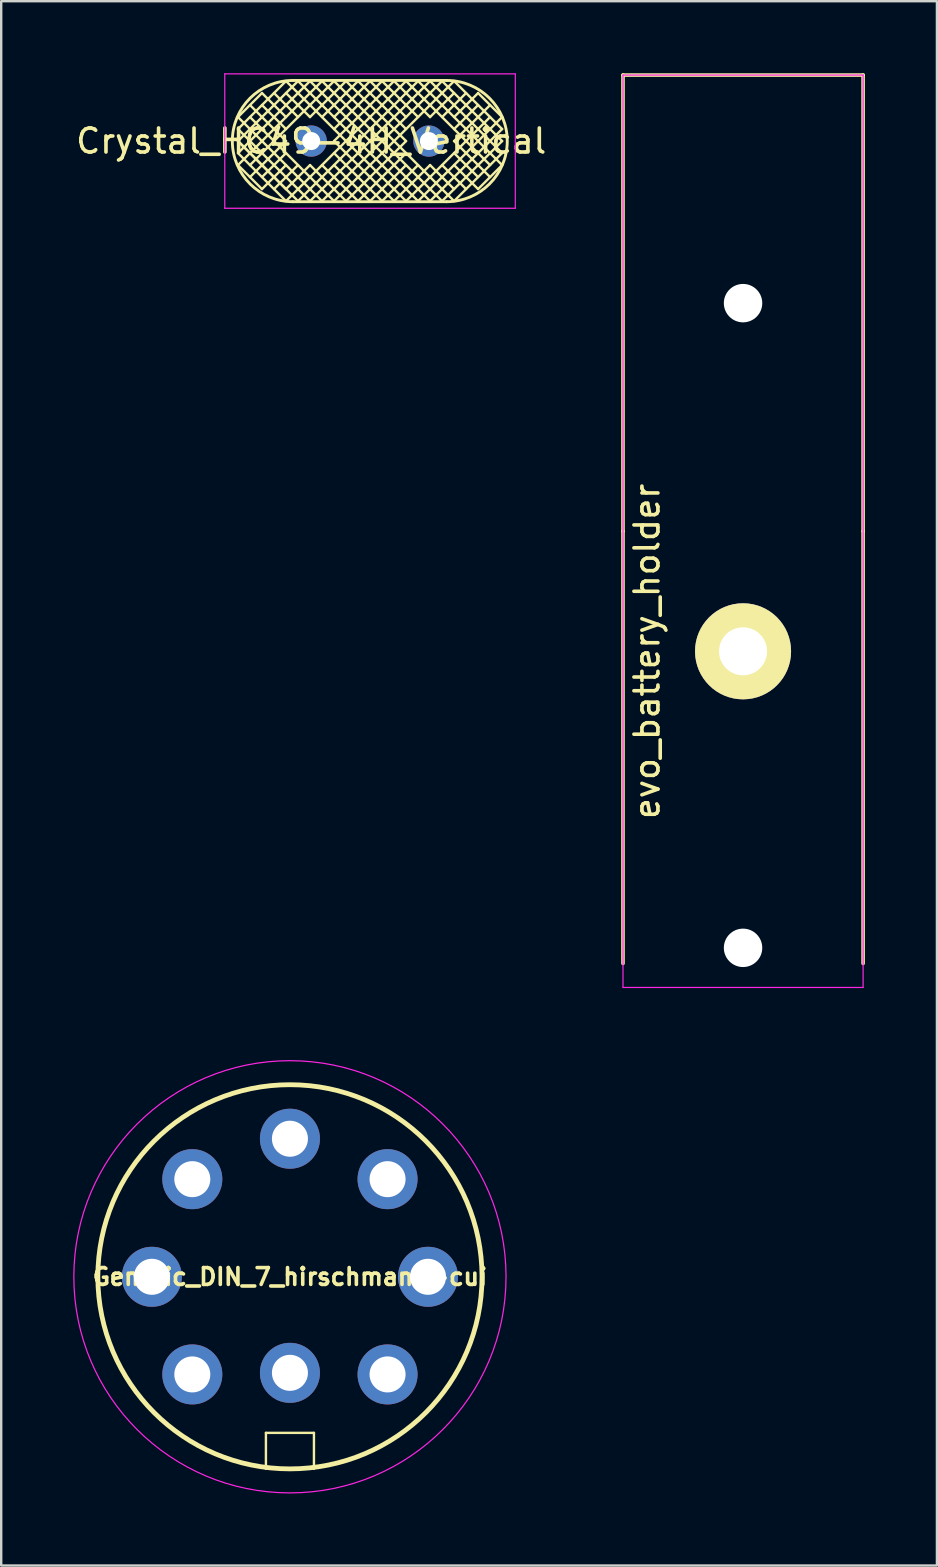
<source format=kicad_pcb>
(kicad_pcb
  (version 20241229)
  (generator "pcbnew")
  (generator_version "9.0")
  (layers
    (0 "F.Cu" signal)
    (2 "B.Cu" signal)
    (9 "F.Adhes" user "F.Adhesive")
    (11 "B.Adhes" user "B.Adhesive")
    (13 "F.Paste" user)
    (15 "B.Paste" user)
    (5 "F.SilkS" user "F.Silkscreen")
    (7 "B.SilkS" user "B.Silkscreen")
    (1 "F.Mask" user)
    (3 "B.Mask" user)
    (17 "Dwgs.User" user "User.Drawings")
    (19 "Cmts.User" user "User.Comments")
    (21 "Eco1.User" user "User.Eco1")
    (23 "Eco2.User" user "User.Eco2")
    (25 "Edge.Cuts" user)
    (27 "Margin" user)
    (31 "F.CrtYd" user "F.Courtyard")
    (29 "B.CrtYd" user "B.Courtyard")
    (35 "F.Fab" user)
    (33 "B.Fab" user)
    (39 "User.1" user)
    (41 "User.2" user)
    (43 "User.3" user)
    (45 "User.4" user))
  (footprint "evo_battery_holder"
    (layer "F.Cu")
    (at 27.896 24.075)
    (property "Reference" "evo_battery_holder" (at -4 0 90) (layer "F.SilkS") (effects (font (size 1 1) (thickness 0.15))))
    (attr through_hole)
    (fp_line (start -5 -24) (end 5 -24) (stroke (width 0.15) (type solid)) (layer "F.SilkS"))
    (fp_line (start -5 -5) (end -5 -24) (stroke (width 0.15) (type solid)) (layer "F.SilkS"))
    (fp_line (start -5 -5) (end -5 13) (stroke (width 0.15) (type solid)) (layer "F.SilkS"))
    (fp_line (start 5 -24) (end 5 -5) (stroke (width 0.15) (type solid)) (layer "F.SilkS"))
    (fp_line (start 5 -5) (end 5 13) (stroke (width 0.15) (type solid)) (layer "F.SilkS"))
    (fp_line (start -5 -24) (end -5 14) (stroke (width 0.05) (type solid)) (layer "F.CrtYd"))
    (fp_line (start -5 -24) (end 5 -24) (stroke (width 0.05) (type solid)) (layer "F.CrtYd"))
    (fp_line (start -5 14) (end 5 14) (stroke (width 0.05) (type solid)) (layer "F.CrtYd"))
    (fp_line (start 5 -24) (end 5 14) (stroke (width 0.05) (type solid)) (layer "F.CrtYd"))
    (pad "" np_thru_hole circle (at 0 -14.5) (size 1.6 1.6) (drill 1.6) (layers "*.Cu" "*.Mask"))
    (pad "" np_thru_hole circle (at 0 12.35) (size 1.6 1.6) (drill 1.6) (layers "*.Cu" "*.Mask"))
    (pad "1" thru_hole circle (at 0 0) (size 4 4) (drill 2) (layers "*.Cu" "*.Mask" "F.SilkS")))
  (footprint "Generic_DIN_7_hirschmann-cui"
    (layer "F.Cu")
    (at 9.025 50.125)
    (property "Reference" "Generic_DIN_7_hirschmann-cui" (at 0 0 0) (layer "F.SilkS") (effects (font (size 0.7 0.7) (thickness 0.15))))
    (attr through_hole)
    (fp_line (start -1 6.5) (end 1 6.5) (stroke (width 0.1) (type solid)) (layer "F.SilkS"))
    (fp_line (start -1 8) (end -1 6.5) (stroke (width 0.1) (type solid)) (layer "F.SilkS"))
    (fp_line (start 1 6.5) (end 1 8) (stroke (width 0.1) (type solid)) (layer "F.SilkS"))
    (fp_circle (center 0 0) (end 8 0) (stroke (width 0.2) (type solid)) (fill no) (layer "F.SilkS"))
    (fp_circle (center 0 0) (end -9 0) (stroke (width 0.05) (type solid)) (fill no) (layer "F.CrtYd"))
    (pad "1" thru_hole circle (at -5.75 0) (size 2.5 2.5) (drill 1.5) (layers "*.Cu" "*.Mask"))
    (pad "2" thru_hole circle (at 0 -5.75 270) (size 2.5 2.5) (drill 1.5) (layers "*.Cu" "*.Mask"))
    (pad "3" thru_hole circle (at 5.75 0 180) (size 2.5 2.5) (drill 1.5) (layers "*.Cu" "*.Mask"))
    (pad "4" thru_hole circle (at -4.066 -4.066 315) (size 2.5 2.5) (drill 1.5) (layers "*.Cu" "*.Mask"))
    (pad "5" thru_hole circle (at 4.066 -4.066 225) (size 2.5 2.5) (drill 1.5) (layers "*.Cu" "*.Mask"))
    (pad "6" thru_hole circle (at -4.066 4.066 45) (size 2.5 2.5) (drill 1.5) (layers "*.Cu" "*.Mask"))
    (pad "7" thru_hole circle (at 4.066 4.066 135) (size 2.5 2.5) (drill 1.5) (layers "*.Cu" "*.Mask"))
    (pad "8" thru_hole circle (at 0 4) (size 2.5 2.5) (drill 1.5) (layers "*.Cu" "*.Mask")))
  (footprint "Crystal_HC49-4H_Vertical"
    (layer "F.Cu")
    (at 9.911 2.825)
    (property "Reference" "Crystal_HC49-4H_Vertical" (at 0 0 0) (layer "F.SilkS") (effects (font (size 1 1) (thickness 0.15))))
    (attr through_hole)
    (fp_line (start -3.05 -1) (end -2.05 -2) (stroke (width 0.1) (type solid)) (layer "F.SilkS"))
    (fp_line (start -3.05 0) (end -0.55 -2.5) (stroke (width 0.1) (type solid)) (layer "F.SilkS"))
    (fp_line (start -3.05 0.5) (end -1.05 2.5) (stroke (width 0.1) (type solid)) (layer "F.SilkS"))
    (fp_line (start -3.05 1) (end -2.05 2) (stroke (width 0.1) (type solid)) (layer "F.SilkS"))
    (fp_line (start -2.55 -1.5) (end -1.05 0) (stroke (width 0.1) (type solid)) (layer "F.SilkS"))
    (fp_line (start -2.05 -2) (end -1.05 -1) (stroke (width 0.1) (type solid)) (layer "F.SilkS"))
    (fp_line (start -2.05 2) (end -1.05 1) (stroke (width 0.1) (type solid)) (layer "F.SilkS"))
    (fp_line (start -1.05 -2.5) (end -3.05 -0.5) (stroke (width 0.1) (type solid)) (layer "F.SilkS"))
    (fp_line (start -1.05 -2.5) (end 3.95 2.5) (stroke (width 0.1) (type solid)) (layer "F.SilkS"))
    (fp_line (start -1.05 -0.5) (end -2.05 -1.5) (stroke (width 0.1) (type solid)) (layer "F.SilkS"))
    (fp_line (start -1.05 0) (end -2.55 1.5) (stroke (width 0.1) (type solid)) (layer "F.SilkS"))
    (fp_line (start -1.05 0.5) (end -2.05 1.5) (stroke (width 0.1) (type solid)) (layer "F.SilkS"))
    (fp_line (start -1.05 2) (end -3.05 0) (stroke (width 0.1) (type solid)) (layer "F.SilkS"))
    (fp_line (start -0.76 -2.525) (end 5.64 -2.525) (stroke (width 0.12) (type solid)) (layer "F.SilkS"))
    (fp_line (start -0.76 2.525) (end 5.64 2.525) (stroke (width 0.12) (type solid)) (layer "F.SilkS"))
    (fp_line (start -0.55 -2.5) (end 4.45 2.5) (stroke (width 0.1) (type solid)) (layer "F.SilkS"))
    (fp_line (start -0.55 -1) (end -1.55 -2) (stroke (width 0.1) (type solid)) (layer "F.SilkS"))
    (fp_line (start -0.55 1) (end -1.55 2) (stroke (width 0.1) (type solid)) (layer "F.SilkS"))
    (fp_line (start -0.55 2.5) (end -3.05 0) (stroke (width 0.1) (type solid)) (layer "F.SilkS"))
    (fp_line (start -0.05 -2.5) (end -3.05 0.5) (stroke (width 0.1) (type solid)) (layer "F.SilkS"))
    (fp_line (start -0.05 -2.5) (end 4.95 2.5) (stroke (width 0.1) (type solid)) (layer "F.SilkS"))
    (fp_line (start -0.05 -1) (end -1.05 -2) (stroke (width 0.1) (type solid)) (layer "F.SilkS"))
    (fp_line (start -0.05 1) (end -1.05 2) (stroke (width 0.1) (type solid)) (layer "F.SilkS"))
    (fp_line (start -0.05 2.5) (end -3.05 -0.5) (stroke (width 0.1) (type solid)) (layer "F.SilkS"))
    (fp_line (start -0.05 2.5) (end 4.95 -2.5) (stroke (width 0.1) (type solid)) (layer "F.SilkS"))
    (fp_line (start 0.45 -2.5) (end -3.05 1) (stroke (width 0.1) (type solid)) (layer "F.SilkS"))
    (fp_line (start 0.45 -2.5) (end 5.45 2.5) (stroke (width 0.1) (type solid)) (layer "F.SilkS"))
    (fp_line (start 0.45 2.5) (end -3.05 -1) (stroke (width 0.1) (type solid)) (layer "F.SilkS"))
    (fp_line (start 0.45 2.5) (end 5.45 -2.5) (stroke (width 0.1) (type solid)) (layer "F.SilkS"))
    (fp_line (start 0.95 -2.5) (end -2.55 1) (stroke (width 0.1) (type solid)) (layer "F.SilkS"))
    (fp_line (start 0.95 -2.5) (end 5.95 2.5) (stroke (width 0.1) (type solid)) (layer "F.SilkS"))
    (fp_line (start 0.95 2.5) (end -2.55 -1) (stroke (width 0.1) (type solid)) (layer "F.SilkS"))
    (fp_line (start 0.95 2.5) (end 5.95 -2.5) (stroke (width 0.1) (type solid)) (layer "F.SilkS"))
    (fp_line (start 1.45 -2.5) (end -0.05 -1) (stroke (width 0.1) (type solid)) (layer "F.SilkS"))
    (fp_line (start 1.45 -2.5) (end 3.95 0) (stroke (width 0.1) (type solid)) (layer "F.SilkS"))
    (fp_line (start 1.45 2.5) (end -0.05 1) (stroke (width 0.1) (type solid)) (layer "F.SilkS"))
    (fp_line (start 1.45 2.5) (end 3.95 0) (stroke (width 0.1) (type solid)) (layer "F.SilkS"))
    (fp_line (start 1.95 -2.5) (end 0.45 -1) (stroke (width 0.1) (type solid)) (layer "F.SilkS"))
    (fp_line (start 1.95 -2.5) (end 3.95 -0.5) (stroke (width 0.1) (type solid)) (layer "F.SilkS"))
    (fp_line (start 1.95 2.5) (end 0.45 1) (stroke (width 0.1) (type solid)) (layer "F.SilkS"))
    (fp_line (start 1.95 2.5) (end 3.95 0.5) (stroke (width 0.1) (type solid)) (layer "F.SilkS"))
    (fp_line (start 2.45 -2.5) (end 0.95 -1) (stroke (width 0.1) (type solid)) (layer "F.SilkS"))
    (fp_line (start 2.45 -2.5) (end 3.95 -1) (stroke (width 0.1) (type solid)) (layer "F.SilkS"))
    (fp_line (start 2.45 2.5) (end 0.95 1) (stroke (width 0.1) (type solid)) (layer "F.SilkS"))
    (fp_line (start 2.45 2.5) (end 3.95 1) (stroke (width 0.1) (type solid)) (layer "F.SilkS"))
    (fp_line (start 2.95 -2.5) (end 0.95 -0.5) (stroke (width 0.1) (type solid)) (layer "F.SilkS"))
    (fp_line (start 2.95 -2.5) (end 4.45 -1) (stroke (width 0.1) (type solid)) (layer "F.SilkS"))
    (fp_line (start 2.95 2.5) (end 0.95 0.5) (stroke (width 0.1) (type solid)) (layer "F.SilkS"))
    (fp_line (start 2.95 2.5) (end 4.45 1) (stroke (width 0.1) (type solid)) (layer "F.SilkS"))
    (fp_line (start 3.45 -2.5) (end 0.95 0) (stroke (width 0.1) (type solid)) (layer "F.SilkS"))
    (fp_line (start 3.45 -2.5) (end 4.95 -1) (stroke (width 0.1) (type solid)) (layer "F.SilkS"))
    (fp_line (start 3.45 2.5) (end 0.95 0) (stroke (width 0.1) (type solid)) (layer "F.SilkS"))
    (fp_line (start 3.45 2.5) (end 4.95 1) (stroke (width 0.1) (type solid)) (layer "F.SilkS"))
    (fp_line (start 3.95 -2.5) (end -1.05 2.5) (stroke (width 0.1) (type solid)) (layer "F.SilkS"))
    (fp_line (start 3.95 -2.5) (end 7.45 1) (stroke (width 0.1) (type solid)) (layer "F.SilkS"))
    (fp_line (start 3.95 2.5) (end 7.45 -1) (stroke (width 0.1) (type solid)) (layer "F.SilkS"))
    (fp_line (start 4.45 -2.5) (end -0.55 2.5) (stroke (width 0.1) (type solid)) (layer "F.SilkS"))
    (fp_line (start 4.45 -2.5) (end 7.95 1) (stroke (width 0.1) (type solid)) (layer "F.SilkS"))
    (fp_line (start 4.45 2.5) (end 7.95 -1) (stroke (width 0.1) (type solid)) (layer "F.SilkS"))
    (fp_line (start 4.95 -2.5) (end 7.95 0.5) (stroke (width 0.1) (type solid)) (layer "F.SilkS"))
    (fp_line (start 4.95 -1) (end 5.95 -2) (stroke (width 0.1) (type solid)) (layer "F.SilkS"))
    (fp_line (start 4.95 1) (end 5.95 2) (stroke (width 0.1) (type solid)) (layer "F.SilkS"))
    (fp_line (start 4.95 2.5) (end 7.95 -0.5) (stroke (width 0.1) (type solid)) (layer "F.SilkS"))
    (fp_line (start 5.45 -2.5) (end 7.95 0) (stroke (width 0.1) (type solid)) (layer "F.SilkS"))
    (fp_line (start 5.45 -1) (end 6.45 -2) (stroke (width 0.1) (type solid)) (layer "F.SilkS"))
    (fp_line (start 5.45 1) (end 6.45 2) (stroke (width 0.1) (type solid)) (layer "F.SilkS"))
    (fp_line (start 5.45 2.5) (end 7.95 0) (stroke (width 0.1) (type solid)) (layer "F.SilkS"))
    (fp_line (start 5.95 -2.5) (end 7.95 -0.5) (stroke (width 0.1) (type solid)) (layer "F.SilkS"))
    (fp_line (start 5.95 -1) (end 6.95 -2) (stroke (width 0.1) (type solid)) (layer "F.SilkS"))
    (fp_line (start 5.95 -0.5) (end 6.95 -1.5) (stroke (width 0.1) (type solid)) (layer "F.SilkS"))
    (fp_line (start 5.95 0) (end 7.45 -1.5) (stroke (width 0.1) (type solid)) (layer "F.SilkS"))
    (fp_line (start 5.95 0) (end 7.45 1.5) (stroke (width 0.1) (type solid)) (layer "F.SilkS"))
    (fp_line (start 5.95 0.5) (end 6.95 1.5) (stroke (width 0.1) (type solid)) (layer "F.SilkS"))
    (fp_line (start 5.95 1) (end 6.95 2) (stroke (width 0.1) (type solid)) (layer "F.SilkS"))
    (fp_line (start 5.95 2.5) (end 7.95 0.5) (stroke (width 0.1) (type solid)) (layer "F.SilkS"))
    (fp_line (start 7.95 -1) (end 6.95 -2) (stroke (width 0.1) (type solid)) (layer "F.SilkS"))
    (fp_line (start 7.95 1) (end 6.95 2) (stroke (width 0.1) (type solid)) (layer "F.SilkS"))
    (fp_arc (start -0.76 2.525) (mid -3.285 0) (end -0.76 -2.525) (stroke (width 0.12) (type solid)) (layer "F.SilkS"))
    (fp_arc (start 5.64 -2.525) (mid 8.165 0) (end 5.64 2.525) (stroke (width 0.12) (type solid)) (layer "F.SilkS"))
    (fp_line (start -3.6 -2.8) (end -3.6 2.8) (stroke (width 0.05) (type solid)) (layer "F.CrtYd"))
    (fp_line (start -3.6 2.8) (end 8.5 2.8) (stroke (width 0.05) (type solid)) (layer "F.CrtYd"))
    (fp_line (start 8.5 -2.8) (end -3.6 -2.8) (stroke (width 0.05) (type solid)) (layer "F.CrtYd"))
    (fp_line (start 8.5 2.8) (end 8.5 -2.8) (stroke (width 0.05) (type solid)) (layer "F.CrtYd"))
    (pad "1" thru_hole circle (at 0 0) (size 1.3 1.3) (drill 0.75) (layers "*.Cu" "B.Mask"))
    (pad "2" thru_hole circle (at 4.9 0) (size 1.3 1.3) (drill 0.75) (layers "*.Cu" "B.Mask")))
  (gr_rect
    (start -3 -3)
    (end 35.971 62.15)
    (stroke (width 0.1) (type default))
    (fill no)
    (layer "Edge.Cuts")))
</source>
